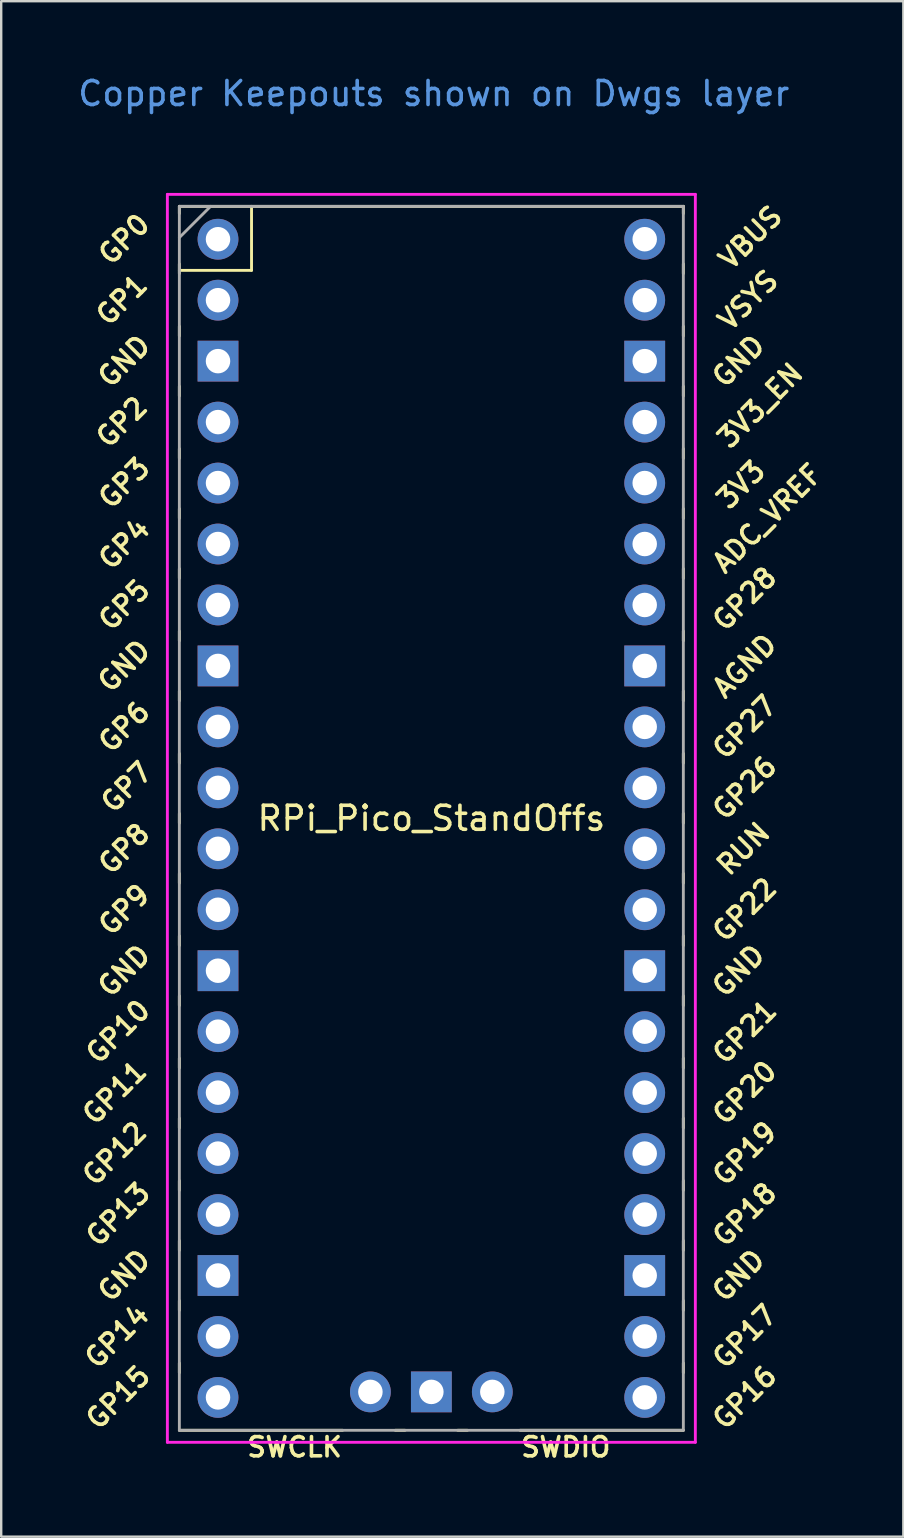
<source format=kicad_pcb>
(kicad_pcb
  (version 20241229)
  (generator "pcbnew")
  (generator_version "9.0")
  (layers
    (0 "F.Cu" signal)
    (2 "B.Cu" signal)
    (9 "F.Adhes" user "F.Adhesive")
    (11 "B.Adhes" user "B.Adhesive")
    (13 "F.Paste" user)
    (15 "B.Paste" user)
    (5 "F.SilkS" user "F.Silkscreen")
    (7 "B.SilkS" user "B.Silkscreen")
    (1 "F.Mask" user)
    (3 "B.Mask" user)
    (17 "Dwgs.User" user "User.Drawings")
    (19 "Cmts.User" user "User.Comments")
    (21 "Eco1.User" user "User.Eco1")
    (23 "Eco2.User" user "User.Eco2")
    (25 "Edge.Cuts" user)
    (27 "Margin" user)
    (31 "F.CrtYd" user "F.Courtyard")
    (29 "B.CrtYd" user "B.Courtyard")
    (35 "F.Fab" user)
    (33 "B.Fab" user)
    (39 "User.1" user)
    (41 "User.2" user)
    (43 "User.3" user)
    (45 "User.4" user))
  (footprint "RPi_Pico_StandOffs"
    (layer "F.Cu")
    (at 14.924 31.048)
    (property "Reference" "RPi_Pico_StandOffs" (at 0 0 0) (layer "F.SilkS") (effects (font (size 1 1) (thickness 0.15))))
    (attr through_hole)
    (fp_line (start -10.5 -25.5) (end -10.5 -25.2) (stroke (width 0.12) (type solid)) (layer "F.SilkS"))
    (fp_line (start -10.5 -25.5) (end 10.5 -25.5) (stroke (width 0.12) (type solid)) (layer "F.SilkS"))
    (fp_line (start -10.5 -23.1) (end -10.5 -22.7) (stroke (width 0.12) (type solid)) (layer "F.SilkS"))
    (fp_line (start -10.5 -22.833) (end -7.493 -22.833) (stroke (width 0.12) (type solid)) (layer "F.SilkS"))
    (fp_line (start -10.5 -20.5) (end -10.5 -20.1) (stroke (width 0.12) (type solid)) (layer "F.SilkS"))
    (fp_line (start -10.5 -18) (end -10.5 -17.6) (stroke (width 0.12) (type solid)) (layer "F.SilkS"))
    (fp_line (start -10.5 -15.4) (end -10.5 -15) (stroke (width 0.12) (type solid)) (layer "F.SilkS"))
    (fp_line (start -10.5 -12.9) (end -10.5 -12.5) (stroke (width 0.12) (type solid)) (layer "F.SilkS"))
    (fp_line (start -10.5 -10.4) (end -10.5 -10) (stroke (width 0.12) (type solid)) (layer "F.SilkS"))
    (fp_line (start -10.5 -7.8) (end -10.5 -7.4) (stroke (width 0.12) (type solid)) (layer "F.SilkS"))
    (fp_line (start -10.5 -5.3) (end -10.5 -4.9) (stroke (width 0.12) (type solid)) (layer "F.SilkS"))
    (fp_line (start -10.5 -2.7) (end -10.5 -2.3) (stroke (width 0.12) (type solid)) (layer "F.SilkS"))
    (fp_line (start -10.5 -0.2) (end -10.5 0.2) (stroke (width 0.12) (type solid)) (layer "F.SilkS"))
    (fp_line (start -10.5 2.3) (end -10.5 2.7) (stroke (width 0.12) (type solid)) (layer "F.SilkS"))
    (fp_line (start -10.5 4.9) (end -10.5 5.3) (stroke (width 0.12) (type solid)) (layer "F.SilkS"))
    (fp_line (start -10.5 7.4) (end -10.5 7.8) (stroke (width 0.12) (type solid)) (layer "F.SilkS"))
    (fp_line (start -10.5 10) (end -10.5 10.4) (stroke (width 0.12) (type solid)) (layer "F.SilkS"))
    (fp_line (start -10.5 12.5) (end -10.5 12.9) (stroke (width 0.12) (type solid)) (layer "F.SilkS"))
    (fp_line (start -10.5 15.1) (end -10.5 15.5) (stroke (width 0.12) (type solid)) (layer "F.SilkS"))
    (fp_line (start -10.5 17.6) (end -10.5 18) (stroke (width 0.12) (type solid)) (layer "F.SilkS"))
    (fp_line (start -10.5 20.1) (end -10.5 20.5) (stroke (width 0.12) (type solid)) (layer "F.SilkS"))
    (fp_line (start -10.5 22.7) (end -10.5 23.1) (stroke (width 0.12) (type solid)) (layer "F.SilkS"))
    (fp_line (start -7.493 -22.833) (end -7.493 -25.5) (stroke (width 0.12) (type solid)) (layer "F.SilkS"))
    (fp_line (start -3.7 25.5) (end -10.5 25.5) (stroke (width 0.12) (type solid)) (layer "F.SilkS"))
    (fp_line (start -1.5 25.5) (end -1.1 25.5) (stroke (width 0.12) (type solid)) (layer "F.SilkS"))
    (fp_line (start 1.1 25.5) (end 1.5 25.5) (stroke (width 0.12) (type solid)) (layer "F.SilkS"))
    (fp_line (start 10.5 -25.5) (end 10.5 -25.2) (stroke (width 0.12) (type solid)) (layer "F.SilkS"))
    (fp_line (start 10.5 -23.1) (end 10.5 -22.7) (stroke (width 0.12) (type solid)) (layer "F.SilkS"))
    (fp_line (start 10.5 -20.5) (end 10.5 -20.1) (stroke (width 0.12) (type solid)) (layer "F.SilkS"))
    (fp_line (start 10.5 -18) (end 10.5 -17.6) (stroke (width 0.12) (type solid)) (layer "F.SilkS"))
    (fp_line (start 10.5 -15.4) (end 10.5 -15) (stroke (width 0.12) (type solid)) (layer "F.SilkS"))
    (fp_line (start 10.5 -12.9) (end 10.5 -12.5) (stroke (width 0.12) (type solid)) (layer "F.SilkS"))
    (fp_line (start 10.5 -10.4) (end 10.5 -10) (stroke (width 0.12) (type solid)) (layer "F.SilkS"))
    (fp_line (start 10.5 -7.8) (end 10.5 -7.4) (stroke (width 0.12) (type solid)) (layer "F.SilkS"))
    (fp_line (start 10.5 -5.3) (end 10.5 -4.9) (stroke (width 0.12) (type solid)) (layer "F.SilkS"))
    (fp_line (start 10.5 -2.7) (end 10.5 -2.3) (stroke (width 0.12) (type solid)) (layer "F.SilkS"))
    (fp_line (start 10.5 -0.2) (end 10.5 0.2) (stroke (width 0.12) (type solid)) (layer "F.SilkS"))
    (fp_line (start 10.5 2.3) (end 10.5 2.7) (stroke (width 0.12) (type solid)) (layer "F.SilkS"))
    (fp_line (start 10.5 4.9) (end 10.5 5.3) (stroke (width 0.12) (type solid)) (layer "F.SilkS"))
    (fp_line (start 10.5 7.4) (end 10.5 7.8) (stroke (width 0.12) (type solid)) (layer "F.SilkS"))
    (fp_line (start 10.5 10) (end 10.5 10.4) (stroke (width 0.12) (type solid)) (layer "F.SilkS"))
    (fp_line (start 10.5 12.5) (end 10.5 12.9) (stroke (width 0.12) (type solid)) (layer "F.SilkS"))
    (fp_line (start 10.5 15.1) (end 10.5 15.5) (stroke (width 0.12) (type solid)) (layer "F.SilkS"))
    (fp_line (start 10.5 17.6) (end 10.5 18) (stroke (width 0.12) (type solid)) (layer "F.SilkS"))
    (fp_line (start 10.5 20.1) (end 10.5 20.5) (stroke (width 0.12) (type solid)) (layer "F.SilkS"))
    (fp_line (start 10.5 22.7) (end 10.5 23.1) (stroke (width 0.12) (type solid)) (layer "F.SilkS"))
    (fp_line (start 10.5 25.5) (end 3.7 25.5) (stroke (width 0.12) (type solid)) (layer "F.SilkS"))
    (fp_line (start -11 -26) (end 11 -26) (stroke (width 0.12) (type solid)) (layer "F.CrtYd"))
    (fp_line (start -11 26) (end -11 -26) (stroke (width 0.12) (type solid)) (layer "F.CrtYd"))
    (fp_line (start 11 -26) (end 11 26) (stroke (width 0.12) (type solid)) (layer "F.CrtYd"))
    (fp_line (start 11 26) (end -11 26) (stroke (width 0.12) (type solid)) (layer "F.CrtYd"))
    (fp_line (start -10.5 -25.5) (end 10.5 -25.5) (stroke (width 0.12) (type solid)) (layer "F.Fab"))
    (fp_line (start -10.5 -24.2) (end -9.2 -25.5) (stroke (width 0.12) (type solid)) (layer "F.Fab"))
    (fp_line (start -10.5 25.5) (end -10.5 -25.5) (stroke (width 0.12) (type solid)) (layer "F.Fab"))
    (fp_line (start 10.5 -25.5) (end 10.5 25.5) (stroke (width 0.12) (type solid)) (layer "F.Fab"))
    (fp_line (start 10.5 25.5) (end -10.5 25.5) (stroke (width 0.12) (type solid)) (layer "F.Fab"))
    (fp_text user "GP22" (at 13.054 3.81 45) (layer "F.SilkS") (effects (font (size 0.8 0.8) (thickness 0.15))))
    (fp_text user "3V3" (at 12.9 -13.9 45) (layer "F.SilkS") (effects (font (size 0.8 0.8) (thickness 0.15))))
    (fp_text user "GND" (at 12.8 6.35 45) (layer "F.SilkS") (effects (font (size 0.8 0.8) (thickness 0.15))))
    (fp_text user "GP0" (at -12.8 -24.13 45) (layer "F.SilkS") (effects (font (size 0.8 0.8) (thickness 0.15))))
    (fp_text user "3V3_EN" (at 13.7 -17.2 45) (layer "F.SilkS") (effects (font (size 0.8 0.8) (thickness 0.15))))
    (fp_text user "GP4" (at -12.8 -11.43 45) (layer "F.SilkS") (effects (font (size 0.8 0.8) (thickness 0.15))))
    (fp_text user "GND" (at 12.8 19.05 45) (layer "F.SilkS") (effects (font (size 0.8 0.8) (thickness 0.15))))
    (fp_text user "ADC_VREF" (at 14 -12.5 45) (layer "F.SilkS") (effects (font (size 0.8 0.8) (thickness 0.15))))
    (fp_text user "GP8" (at -12.8 1.27 45) (layer "F.SilkS") (effects (font (size 0.8 0.8) (thickness 0.15))))
    (fp_text user "GP14" (at -13.1 21.59 45) (layer "F.SilkS") (effects (font (size 0.8 0.8) (thickness 0.15))))
    (fp_text user "GP19" (at 13.054 13.97 45) (layer "F.SilkS") (effects (font (size 0.8 0.8) (thickness 0.15))))
    (fp_text user "GP15" (at -13.054 24.13 45) (layer "F.SilkS") (effects (font (size 0.8 0.8) (thickness 0.15))))
    (fp_text user "GND" (at 12.8 -19.05 45) (layer "F.SilkS") (effects (font (size 0.8 0.8) (thickness 0.15))))
    (fp_text user "GND" (at -12.8 -19.05 45) (layer "F.SilkS") (effects (font (size 0.8 0.8) (thickness 0.15))))
    (fp_text user "GND" (at -12.8 19.05 45) (layer "F.SilkS") (effects (font (size 0.8 0.8) (thickness 0.15))))
    (fp_text user "GP9" (at -12.8 3.81 45) (layer "F.SilkS") (effects (font (size 0.8 0.8) (thickness 0.15))))
    (fp_text user "GP11" (at -13.2 11.43 45) (layer "F.SilkS") (effects (font (size 0.8 0.8) (thickness 0.15))))
    (fp_text user "SWDIO" (at 5.6 26.2 0) (layer "F.SilkS") (effects (font (size 0.8 0.8) (thickness 0.15))))
    (fp_text user "GP16" (at 13.054 24.13 45) (layer "F.SilkS") (effects (font (size 0.8 0.8) (thickness 0.15))))
    (fp_text user "GP18" (at 13.054 16.51 45) (layer "F.SilkS") (effects (font (size 0.8 0.8) (thickness 0.15))))
    (fp_text user "GP13" (at -13.054 16.51 45) (layer "F.SilkS") (effects (font (size 0.8 0.8) (thickness 0.15))))
    (fp_text user "GP1" (at -12.9 -21.6 45) (layer "F.SilkS") (effects (font (size 0.8 0.8) (thickness 0.15))))
    (fp_text user "VBUS" (at 13.3 -24.2 45) (layer "F.SilkS") (effects (font (size 0.8 0.8) (thickness 0.15))))
    (fp_text user "GP5" (at -12.8 -8.89 45) (layer "F.SilkS") (effects (font (size 0.8 0.8) (thickness 0.15))))
    (fp_text user "GND" (at -12.8 6.35 45) (layer "F.SilkS") (effects (font (size 0.8 0.8) (thickness 0.15))))
    (fp_text user "GP21" (at 13.054 8.9 45) (layer "F.SilkS") (effects (font (size 0.8 0.8) (thickness 0.15))))
    (fp_text user "AGND" (at 13.054 -6.35 45) (layer "F.SilkS") (effects (font (size 0.8 0.8) (thickness 0.15))))
    (fp_text user "GP10" (at -13.054 8.89 45) (layer "F.SilkS") (effects (font (size 0.8 0.8) (thickness 0.15))))
    (fp_text user "RUN" (at 13 1.27 45) (layer "F.SilkS") (effects (font (size 0.8 0.8) (thickness 0.15))))
    (fp_text user "GP26" (at 13.054 -1.27 45) (layer "F.SilkS") (effects (font (size 0.8 0.8) (thickness 0.15))))
    (fp_text user "GP2" (at -12.9 -16.51 45) (layer "F.SilkS") (effects (font (size 0.8 0.8) (thickness 0.15))))
    (fp_text user "GP20" (at 13.054 11.43 45) (layer "F.SilkS") (effects (font (size 0.8 0.8) (thickness 0.15))))
    (fp_text user "GP27" (at 13.054 -3.8 45) (layer "F.SilkS") (effects (font (size 0.8 0.8) (thickness 0.15))))
    (fp_text user "GP3" (at -12.8 -13.97 45) (layer "F.SilkS") (effects (font (size 0.8 0.8) (thickness 0.15))))
    (fp_text user "GP7" (at -12.7 -1.3 45) (layer "F.SilkS") (effects (font (size 0.8 0.8) (thickness 0.15))))
    (fp_text user "GND" (at -12.8 -6.35 45) (layer "F.SilkS") (effects (font (size 0.8 0.8) (thickness 0.15))))
    (fp_text user "SWCLK" (at -5.7 26.2 0) (layer "F.SilkS") (effects (font (size 0.8 0.8) (thickness 0.15))))
    (fp_text user "VSYS" (at 13.2 -21.59 45) (layer "F.SilkS") (effects (font (size 0.8 0.8) (thickness 0.15))))
    (fp_text user "GP28" (at 13.054 -9.144 45) (layer "F.SilkS") (effects (font (size 0.8 0.8) (thickness 0.15))))
    (fp_text user "GP12" (at -13.2 13.97 45) (layer "F.SilkS") (effects (font (size 0.8 0.8) (thickness 0.15))))
    (fp_text user "GP6" (at -12.8 -3.81 45) (layer "F.SilkS") (effects (font (size 0.8 0.8) (thickness 0.15))))
    (fp_text user "GP17" (at 13.054 21.59 45) (layer "F.SilkS") (effects (font (size 0.8 0.8) (thickness 0.15))))
    (fp_text user "Copper Keepouts shown on Dwgs layer" (at 0.1 -30.2 0) (layer "Cmts.User") (effects (font (size 1 1) (thickness 0.15))))
    (pad "1" thru_hole oval (at -8.89 -24.13) (size 1.7 1.7) (drill 1.02) (layers "*.Cu" "*.Mask"))
    (pad "2" thru_hole oval (at -8.89 -21.59) (size 1.7 1.7) (drill 1.02) (layers "*.Cu" "*.Mask"))
    (pad "3" thru_hole rect (at -8.89 -19.05) (size 1.7 1.7) (drill 1.02) (layers "*.Cu" "*.Mask"))
    (pad "4" thru_hole oval (at -8.89 -16.51) (size 1.7 1.7) (drill 1.02) (layers "*.Cu" "*.Mask"))
    (pad "5" thru_hole oval (at -8.89 -13.97) (size 1.7 1.7) (drill 1.02) (layers "*.Cu" "*.Mask"))
    (pad "6" thru_hole oval (at -8.89 -11.43) (size 1.7 1.7) (drill 1.02) (layers "*.Cu" "*.Mask"))
    (pad "7" thru_hole oval (at -8.89 -8.89) (size 1.7 1.7) (drill 1.02) (layers "*.Cu" "*.Mask"))
    (pad "8" thru_hole rect (at -8.89 -6.35) (size 1.7 1.7) (drill 1.02) (layers "*.Cu" "*.Mask"))
    (pad "9" thru_hole oval (at -8.89 -3.81) (size 1.7 1.7) (drill 1.02) (layers "*.Cu" "*.Mask"))
    (pad "10" thru_hole oval (at -8.89 -1.27) (size 1.7 1.7) (drill 1.02) (layers "*.Cu" "*.Mask"))
    (pad "11" thru_hole oval (at -8.89 1.27) (size 1.7 1.7) (drill 1.02) (layers "*.Cu" "*.Mask"))
    (pad "12" thru_hole oval (at -8.89 3.81) (size 1.7 1.7) (drill 1.02) (layers "*.Cu" "*.Mask"))
    (pad "13" thru_hole rect (at -8.89 6.35) (size 1.7 1.7) (drill 1.02) (layers "*.Cu" "*.Mask"))
    (pad "14" thru_hole oval (at -8.89 8.89) (size 1.7 1.7) (drill 1.02) (layers "*.Cu" "*.Mask"))
    (pad "15" thru_hole oval (at -8.89 11.43) (size 1.7 1.7) (drill 1.02) (layers "*.Cu" "*.Mask"))
    (pad "16" thru_hole oval (at -8.89 13.97) (size 1.7 1.7) (drill 1.02) (layers "*.Cu" "*.Mask"))
    (pad "17" thru_hole oval (at -8.89 16.51) (size 1.7 1.7) (drill 1.02) (layers "*.Cu" "*.Mask"))
    (pad "18" thru_hole rect (at -8.89 19.05) (size 1.7 1.7) (drill 1.02) (layers "*.Cu" "*.Mask"))
    (pad "19" thru_hole oval (at -8.89 21.59) (size 1.7 1.7) (drill 1.02) (layers "*.Cu" "*.Mask"))
    (pad "20" thru_hole oval (at -8.89 24.13) (size 1.7 1.7) (drill 1.02) (layers "*.Cu" "*.Mask"))
    (pad "21" thru_hole oval (at 8.89 24.13) (size 1.7 1.7) (drill 1.02) (layers "*.Cu" "*.Mask"))
    (pad "22" thru_hole oval (at 8.89 21.59) (size 1.7 1.7) (drill 1.02) (layers "*.Cu" "*.Mask"))
    (pad "23" thru_hole rect (at 8.89 19.05) (size 1.7 1.7) (drill 1.02) (layers "*.Cu" "*.Mask"))
    (pad "24" thru_hole oval (at 8.89 16.51) (size 1.7 1.7) (drill 1.02) (layers "*.Cu" "*.Mask"))
    (pad "25" thru_hole oval (at 8.89 13.97) (size 1.7 1.7) (drill 1.02) (layers "*.Cu" "*.Mask"))
    (pad "26" thru_hole oval (at 8.89 11.43) (size 1.7 1.7) (drill 1.02) (layers "*.Cu" "*.Mask"))
    (pad "27" thru_hole oval (at 8.89 8.89) (size 1.7 1.7) (drill 1.02) (layers "*.Cu" "*.Mask"))
    (pad "28" thru_hole rect (at 8.89 6.35) (size 1.7 1.7) (drill 1.02) (layers "*.Cu" "*.Mask"))
    (pad "29" thru_hole oval (at 8.89 3.81) (size 1.7 1.7) (drill 1.02) (layers "*.Cu" "*.Mask"))
    (pad "30" thru_hole oval (at 8.89 1.27) (size 1.7 1.7) (drill 1.02) (layers "*.Cu" "*.Mask"))
    (pad "31" thru_hole oval (at 8.89 -1.27) (size 1.7 1.7) (drill 1.02) (layers "*.Cu" "*.Mask"))
    (pad "32" thru_hole oval (at 8.89 -3.81) (size 1.7 1.7) (drill 1.02) (layers "*.Cu" "*.Mask"))
    (pad "33" thru_hole rect (at 8.89 -6.35) (size 1.7 1.7) (drill 1.02) (layers "*.Cu" "*.Mask"))
    (pad "34" thru_hole oval (at 8.89 -8.89) (size 1.7 1.7) (drill 1.02) (layers "*.Cu" "*.Mask"))
    (pad "35" thru_hole oval (at 8.89 -11.43) (size 1.7 1.7) (drill 1.02) (layers "*.Cu" "*.Mask"))
    (pad "36" thru_hole oval (at 8.89 -13.97) (size 1.7 1.7) (drill 1.02) (layers "*.Cu" "*.Mask"))
    (pad "37" thru_hole oval (at 8.89 -16.51) (size 1.7 1.7) (drill 1.02) (layers "*.Cu" "*.Mask"))
    (pad "38" thru_hole rect (at 8.89 -19.05) (size 1.7 1.7) (drill 1.02) (layers "*.Cu" "*.Mask"))
    (pad "39" thru_hole oval (at 8.89 -21.59) (size 1.7 1.7) (drill 1.02) (layers "*.Cu" "*.Mask"))
    (pad "40" thru_hole oval (at 8.89 -24.13) (size 1.7 1.7) (drill 1.02) (layers "*.Cu" "*.Mask"))
    (pad "41" thru_hole oval (at -2.54 23.9) (size 1.7 1.7) (drill 1.02) (layers "*.Cu" "*.Mask"))
    (pad "42" thru_hole rect (at 0 23.9) (size 1.7 1.7) (drill 1.02) (layers "*.Cu" "*.Mask"))
    (pad "43" thru_hole oval (at 2.54 23.9) (size 1.7 1.7) (drill 1.02) (layers "*.Cu" "*.Mask")))
  (gr_rect
    (start -3 -3)
    (end 34.591 60.98)
    (stroke (width 0.1) (type default))
    (fill no)
    (layer "Edge.Cuts")))
</source>
